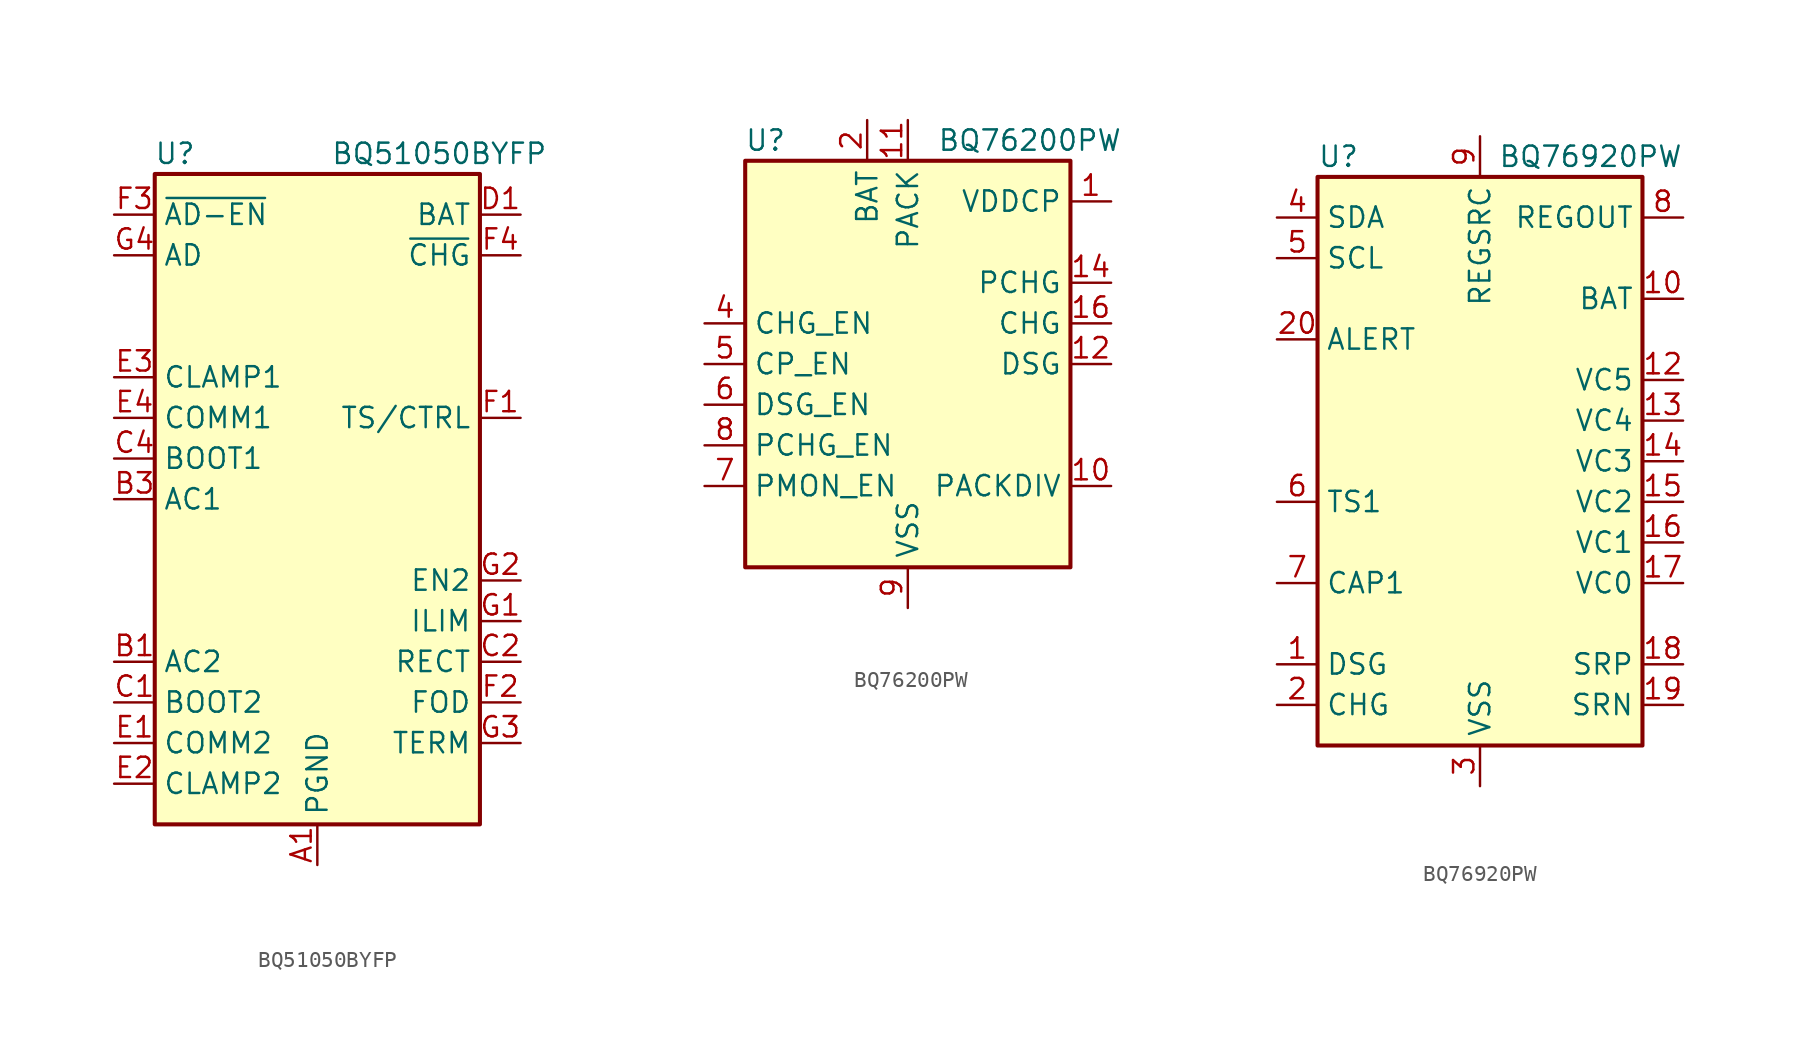
<source format=kicad_sym>
(kicad_symbol_lib
  (version 20200908)
  (generator kicad_symbol_editor)
  (symbol "Battery_Management:BQ51050BYFP"
    (property "Reference" "U"
      (at -8.89 21.59 0)
      (effects (font (size 1.27 1.27))))
    (property "Value" "BQ51050BYFP"
      (at 7.62 21.59 0)
      (effects (font (size 1.27 1.27))))
    (symbol "BQ51050BYFP_0_1"
      (rectangle (start -10.16 -20.32) (end 10.16 20.32) (stroke (width 0.254)) (fill (type background))))
    (symbol "BQ51050BYFP_1_1"
      (pin power_in line (at 0 -22.86 90) (length 2.54) (name "PGND" (effects (font (size 1.27 1.27)))) (number "A1" (effects (font (size 1.27 1.27)))))
      (pin passive line (at 0 -22.86 90) (length 2.54) hide (name "PGND" (effects (font (size 1.27 1.27)))) (number "A2" (effects (font (size 1.27 1.27)))))
      (pin passive line (at 0 -22.86 90) (length 2.54) hide (name "PGND" (effects (font (size 1.27 1.27)))) (number "A3" (effects (font (size 1.27 1.27)))))
      (pin passive line (at 0 -22.86 90) (length 2.54) hide (name "PGND" (effects (font (size 1.27 1.27)))) (number "A4" (effects (font (size 1.27 1.27)))))
      (pin input line (at -12.7 -10.16 0) (length 2.54) (name "AC2" (effects (font (size 1.27 1.27)))) (number "B1" (effects (font (size 1.27 1.27)))))
      (pin input line (at -12.7 -10.16 0) (length 2.54) hide (name "AC2" (effects (font (size 1.27 1.27)))) (number "B2" (effects (font (size 1.27 1.27)))))
      (pin input line (at -12.7 0 0) (length 2.54) (name "AC1" (effects (font (size 1.27 1.27)))) (number "B3" (effects (font (size 1.27 1.27)))))
      (pin input line (at -12.7 0 0) (length 2.54) hide (name "AC1" (effects (font (size 1.27 1.27)))) (number "B4" (effects (font (size 1.27 1.27)))))
      (pin passive line (at -12.7 -12.7 0) (length 2.54) (name "BOOT2" (effects (font (size 1.27 1.27)))) (number "C1" (effects (font (size 1.27 1.27)))))
      (pin passive line (at 12.7 -10.16 180) (length 2.54) (name "RECT" (effects (font (size 1.27 1.27)))) (number "C2" (effects (font (size 1.27 1.27)))))
      (pin passive line (at 12.7 -10.16 180) (length 2.54) hide (name "RECT" (effects (font (size 1.27 1.27)))) (number "C3" (effects (font (size 1.27 1.27)))))
      (pin passive line (at -12.7 2.54 0) (length 2.54) (name "BOOT1" (effects (font (size 1.27 1.27)))) (number "C4" (effects (font (size 1.27 1.27)))))
      (pin power_out line (at 12.7 17.78 180) (length 2.54) (name "BAT" (effects (font (size 1.27 1.27)))) (number "D1" (effects (font (size 1.27 1.27)))))
      (pin passive line (at 12.7 17.78 180) (length 2.54) hide (name "BAT" (effects (font (size 1.27 1.27)))) (number "D2" (effects (font (size 1.27 1.27)))))
      (pin passive line (at 12.7 17.78 180) (length 2.54) hide (name "BAT" (effects (font (size 1.27 1.27)))) (number "D3" (effects (font (size 1.27 1.27)))))
      (pin passive line (at 12.7 17.78 180) (length 2.54) hide (name "BAT" (effects (font (size 1.27 1.27)))) (number "D4" (effects (font (size 1.27 1.27)))))
      (pin open_collector line (at -12.7 -15.24 0) (length 2.54) (name "COMM2" (effects (font (size 1.27 1.27)))) (number "E1" (effects (font (size 1.27 1.27)))))
      (pin open_collector line (at -12.7 -17.78 0) (length 2.54) (name "CLAMP2" (effects (font (size 1.27 1.27)))) (number "E2" (effects (font (size 1.27 1.27)))))
      (pin open_collector line (at -12.7 7.62 0) (length 2.54) (name "CLAMP1" (effects (font (size 1.27 1.27)))) (number "E3" (effects (font (size 1.27 1.27)))))
      (pin open_collector line (at -12.7 5.08 0) (length 2.54) (name "COMM1" (effects (font (size 1.27 1.27)))) (number "E4" (effects (font (size 1.27 1.27)))))
      (pin input line (at 12.7 5.08 180) (length 2.54) (name "TS/CTRL" (effects (font (size 1.27 1.27)))) (number "F1" (effects (font (size 1.27 1.27)))))
      (pin input line (at 12.7 -12.7 180) (length 2.54) (name "FOD" (effects (font (size 1.27 1.27)))) (number "F2" (effects (font (size 1.27 1.27)))))
      (pin output line (at -12.7 17.78 0) (length 2.54) (name "~AD-EN" (effects (font (size 1.27 1.27)))) (number "F3" (effects (font (size 1.27 1.27)))))
      (pin open_collector line (at 12.7 15.24 180) (length 2.54) (name "~CHG" (effects (font (size 1.27 1.27)))) (number "F4" (effects (font (size 1.27 1.27)))))
      (pin passive line (at 12.7 -7.62 180) (length 2.54) (name "ILIM" (effects (font (size 1.27 1.27)))) (number "G1" (effects (font (size 1.27 1.27)))))
      (pin input line (at 12.7 -5.08 180) (length 2.54) (name "EN2" (effects (font (size 1.27 1.27)))) (number "G2" (effects (font (size 1.27 1.27)))))
      (pin input line (at 12.7 -15.24 180) (length 2.54) (name "TERM" (effects (font (size 1.27 1.27)))) (number "G3" (effects (font (size 1.27 1.27)))))
      (pin input line (at -12.7 15.24 0) (length 2.54) (name "AD" (effects (font (size 1.27 1.27)))) (number "G4" (effects (font (size 1.27 1.27)))))))
  (symbol "Battery_Management:BQ76200PW"
    (property "Reference" "U"
      (at -8.89 13.97 0)
      (effects (font (size 1.27 1.27))))
    (property "Value" "BQ76200PW"
      (at 7.62 13.97 0)
      (effects (font (size 1.27 1.27))))
    (symbol "BQ76200PW_0_1"
      (rectangle (start -10.16 -12.7) (end 10.16 12.7) (stroke (width 0.254)) (fill (type background))))
    (symbol "BQ76200PW_1_1"
      (pin output line (at 12.7 10.16 180) (length 2.54) (name "VDDCP" (effects (font (size 1.27 1.27)))) (number "1" (effects (font (size 1.27 1.27)))))
      (pin output line (at 12.7 -7.62 180) (length 2.54) (name "PACKDIV" (effects (font (size 1.27 1.27)))) (number "10" (effects (font (size 1.27 1.27)))))
      (pin power_in line (at 0 15.24 270) (length 2.54) (name "PACK" (effects (font (size 1.27 1.27)))) (number "11" (effects (font (size 1.27 1.27)))))
      (pin output line (at 12.7 0 180) (length 2.54) (name "DSG" (effects (font (size 1.27 1.27)))) (number "12" (effects (font (size 1.27 1.27)))))
      (pin unconnected line (at -10.16 7.62 0) (length 2.54) hide (name "NC" (effects (font (size 1.27 1.27)))) (number "13" (effects (font (size 1.27 1.27)))))
      (pin output line (at 12.7 5.08 180) (length 2.54) (name "PCHG" (effects (font (size 1.27 1.27)))) (number "14" (effects (font (size 1.27 1.27)))))
      (pin unconnected line (at -10.16 5.08 0) (length 2.54) hide (name "NC" (effects (font (size 1.27 1.27)))) (number "15" (effects (font (size 1.27 1.27)))))
      (pin output line (at 12.7 2.54 180) (length 2.54) (name "CHG" (effects (font (size 1.27 1.27)))) (number "16" (effects (font (size 1.27 1.27)))))
      (pin power_in line (at -2.54 15.24 270) (length 2.54) (name "BAT" (effects (font (size 1.27 1.27)))) (number "2" (effects (font (size 1.27 1.27)))))
      (pin unconnected line (at -10.16 10.16 0) (length 2.54) hide (name "NC" (effects (font (size 1.27 1.27)))) (number "3" (effects (font (size 1.27 1.27)))))
      (pin input line (at -12.7 2.54 0) (length 2.54) (name "CHG_EN" (effects (font (size 1.27 1.27)))) (number "4" (effects (font (size 1.27 1.27)))))
      (pin input line (at -12.7 0 0) (length 2.54) (name "CP_EN" (effects (font (size 1.27 1.27)))) (number "5" (effects (font (size 1.27 1.27)))))
      (pin input line (at -12.7 -2.54 0) (length 2.54) (name "DSG_EN" (effects (font (size 1.27 1.27)))) (number "6" (effects (font (size 1.27 1.27)))))
      (pin input line (at -12.7 -7.62 0) (length 2.54) (name "PMON_EN" (effects (font (size 1.27 1.27)))) (number "7" (effects (font (size 1.27 1.27)))))
      (pin input line (at -12.7 -5.08 0) (length 2.54) (name "PCHG_EN" (effects (font (size 1.27 1.27)))) (number "8" (effects (font (size 1.27 1.27)))))
      (pin power_in line (at 0 -15.24 90) (length 2.54) (name "VSS" (effects (font (size 1.27 1.27)))) (number "9" (effects (font (size 1.27 1.27)))))))
  (symbol "Battery_Management:BQ76920PW"
    (property "Reference" "U"
      (at -10.16 19.05 0)
      (effects (font (size 1.27 1.27)) (justify left)))
    (property "Value" "BQ76920PW"
      (at 12.7 19.05 0)
      (effects (font (size 1.27 1.27)) (justify right)))
    (symbol "BQ76920PW_0_1"
      (rectangle (start -10.16 17.78) (end 10.16 -17.78) (stroke (width 0.254)) (fill (type background))))
    (symbol "BQ76920PW_1_0"
      (pin input line (at 12.7 10.16 180) (length 2.54) (name "BAT" (effects (font (size 1.27 1.27)))) (number "10" (effects (font (size 1.27 1.27)))))
      (pin unconnected line (at -2.54 -17.78 90) (length 2.54) hide (name "NC" (effects (font (size 1.27 1.27)))) (number "11" (effects (font (size 1.27 1.27)))))
      (pin input line (at 12.7 5.08 180) (length 2.54) (name "VC5" (effects (font (size 1.27 1.27)))) (number "12" (effects (font (size 1.27 1.27)))))
      (pin input line (at 12.7 2.54 180) (length 2.54) (name "VC4" (effects (font (size 1.27 1.27)))) (number "13" (effects (font (size 1.27 1.27)))))
      (pin input line (at 12.7 0 180) (length 2.54) (name "VC3" (effects (font (size 1.27 1.27)))) (number "14" (effects (font (size 1.27 1.27)))))
      (pin input line (at 12.7 -2.54 180) (length 2.54) (name "VC2" (effects (font (size 1.27 1.27)))) (number "15" (effects (font (size 1.27 1.27)))))
      (pin input line (at 12.7 -5.08 180) (length 2.54) (name "VC1" (effects (font (size 1.27 1.27)))) (number "16" (effects (font (size 1.27 1.27)))))
      (pin input line (at 12.7 -7.62 180) (length 2.54) (name "VC0" (effects (font (size 1.27 1.27)))) (number "17" (effects (font (size 1.27 1.27)))))
      (pin input line (at 12.7 -12.7 180) (length 2.54) (name "SRP" (effects (font (size 1.27 1.27)))) (number "18" (effects (font (size 1.27 1.27)))))
      (pin input line (at 12.7 -15.24 180) (length 2.54) (name "SRN" (effects (font (size 1.27 1.27)))) (number "19" (effects (font (size 1.27 1.27)))))
      (pin bidirectional line (at -12.7 7.62 0) (length 2.54) (name "ALERT" (effects (font (size 1.27 1.27)))) (number "20" (effects (font (size 1.27 1.27)))))
      (pin passive line (at -12.7 -2.54 0) (length 2.54) (name "TS1" (effects (font (size 1.27 1.27)))) (number "6" (effects (font (size 1.27 1.27)))))
      (pin passive line (at -12.7 -7.62 0) (length 2.54) (name "CAP1" (effects (font (size 1.27 1.27)))) (number "7" (effects (font (size 1.27 1.27)))))
      (pin power_out line (at 12.7 15.24 180) (length 2.54) (name "REGOUT" (effects (font (size 1.27 1.27)))) (number "8" (effects (font (size 1.27 1.27)))))
      (pin power_in line (at 0 20.32 270) (length 2.54) (name "REGSRC" (effects (font (size 1.27 1.27)))) (number "9" (effects (font (size 1.27 1.27))))))
    (symbol "BQ76920PW_1_1"
      (pin output line (at -12.7 -12.7 0) (length 2.54) (name "DSG" (effects (font (size 1.27 1.27)))) (number "1" (effects (font (size 1.27 1.27)))))
      (pin output line (at -12.7 -15.24 0) (length 2.54) (name "CHG" (effects (font (size 1.27 1.27)))) (number "2" (effects (font (size 1.27 1.27)))))
      (pin power_in line (at 0 -20.32 90) (length 2.54) (name "VSS" (effects (font (size 1.27 1.27)))) (number "3" (effects (font (size 1.27 1.27)))))
      (pin bidirectional line (at -12.7 15.24 0) (length 2.54) (name "SDA" (effects (font (size 1.27 1.27)))) (number "4" (effects (font (size 1.27 1.27)))))
      (pin input line (at -12.7 12.7 0) (length 2.54) (name "SCL" (effects (font (size 1.27 1.27)))) (number "5" (effects (font (size 1.27 1.27))))))))
</source>
